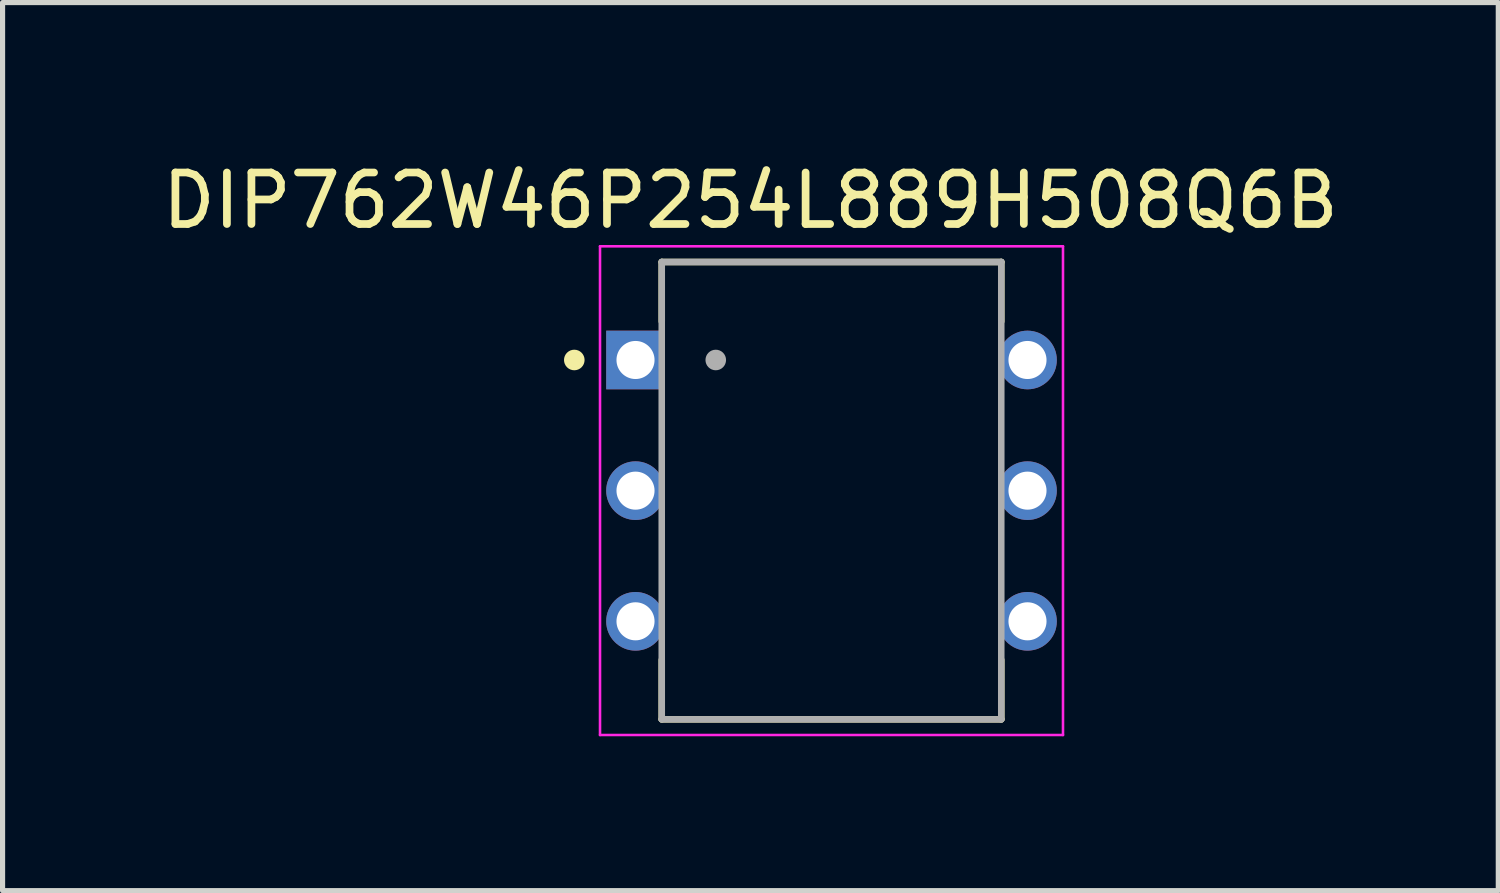
<source format=kicad_pcb>
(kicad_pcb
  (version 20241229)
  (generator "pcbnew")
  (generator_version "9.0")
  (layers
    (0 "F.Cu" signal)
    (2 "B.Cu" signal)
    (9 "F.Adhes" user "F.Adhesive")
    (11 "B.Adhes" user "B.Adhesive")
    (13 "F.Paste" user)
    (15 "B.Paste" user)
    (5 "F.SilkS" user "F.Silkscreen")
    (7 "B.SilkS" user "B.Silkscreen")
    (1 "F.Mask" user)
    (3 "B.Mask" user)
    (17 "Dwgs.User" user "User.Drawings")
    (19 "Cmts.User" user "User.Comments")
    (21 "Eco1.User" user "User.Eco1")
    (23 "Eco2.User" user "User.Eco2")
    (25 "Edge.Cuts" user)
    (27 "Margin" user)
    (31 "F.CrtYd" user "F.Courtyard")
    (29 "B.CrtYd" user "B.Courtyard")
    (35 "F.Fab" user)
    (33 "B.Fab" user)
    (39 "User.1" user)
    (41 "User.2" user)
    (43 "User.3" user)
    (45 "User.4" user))
  (footprint "DIP762W46P254L889H508Q6B"
    (layer "F.Cu")
    (at 13.114 6.488)
    (property "Reference" "DIP762W46P254L889H508Q6B" (at -1.576 -5.639 0) (layer "F.SilkS") (effects (font (size 1.001 1.001) (thickness 0.15))))
    (attr through_hole)
    (fp_line (start -3.3 -4.445) (end 3.3 -4.445) (stroke (width 0.127) (type solid)) (layer "F.SilkS"))
    (fp_line (start -3.3 -3.29) (end -3.3 -4.445) (stroke (width 0.127) (type solid)) (layer "F.SilkS"))
    (fp_line (start -3.3 3.29) (end -3.3 4.445) (stroke (width 0.127) (type solid)) (layer "F.SilkS"))
    (fp_line (start 3.3 -3.29) (end 3.3 -4.445) (stroke (width 0.127) (type solid)) (layer "F.SilkS"))
    (fp_line (start 3.3 3.29) (end 3.3 4.445) (stroke (width 0.127) (type solid)) (layer "F.SilkS"))
    (fp_line (start 3.3 4.445) (end -3.3 4.445) (stroke (width 0.127) (type solid)) (layer "F.SilkS"))
    (fp_circle (center -5 -2.54) (end -4.9 -2.54) (stroke (width 0.2) (type solid)) (fill no) (layer "F.SilkS"))
    (fp_line (start -4.5 -4.75) (end 4.5 -4.75) (stroke (width 0.05) (type solid)) (layer "F.CrtYd"))
    (fp_line (start -4.5 4.75) (end -4.5 -4.75) (stroke (width 0.05) (type solid)) (layer "F.CrtYd"))
    (fp_line (start 4.5 -4.75) (end 4.5 4.75) (stroke (width 0.05) (type solid)) (layer "F.CrtYd"))
    (fp_line (start 4.5 4.75) (end -4.5 4.75) (stroke (width 0.05) (type solid)) (layer "F.CrtYd"))
    (fp_line (start -3.3 -4.445) (end 3.3 -4.445) (stroke (width 0.127) (type solid)) (layer "F.Fab"))
    (fp_line (start -3.3 4.445) (end -3.3 -4.445) (stroke (width 0.127) (type solid)) (layer "F.Fab"))
    (fp_line (start 3.3 -4.445) (end 3.3 4.445) (stroke (width 0.127) (type solid)) (layer "F.Fab"))
    (fp_line (start 3.3 4.445) (end -3.3 4.445) (stroke (width 0.127) (type solid)) (layer "F.Fab"))
    (fp_circle (center -2.25 -2.54) (end -2.15 -2.54) (stroke (width 0.2) (type solid)) (fill no) (layer "F.Fab"))
    (pad "1" thru_hole rect (at -3.81 -2.54) (size 1.14 1.14) (drill 0.74) (layers "*.Cu" "*.Mask"))
    (pad "2" thru_hole circle (at -3.81 0) (size 1.14 1.14) (drill 0.74) (layers "*.Cu" "*.Mask"))
    (pad "3" thru_hole circle (at -3.81 2.54) (size 1.14 1.14) (drill 0.74) (layers "*.Cu" "*.Mask"))
    (pad "4" thru_hole circle (at 3.81 2.54) (size 1.14 1.14) (drill 0.74) (layers "*.Cu" "*.Mask"))
    (pad "5" thru_hole circle (at 3.81 0) (size 1.14 1.14) (drill 0.74) (layers "*.Cu" "*.Mask"))
    (pad "6" thru_hole circle (at 3.81 -2.54) (size 1.14 1.14) (drill 0.74) (layers "*.Cu" "*.Mask")))
  (gr_rect
    (start -3 -3)
    (end 26.076 14.263)
    (stroke (width 0.1) (type default))
    (fill no)
    (layer "Edge.Cuts")))
</source>
